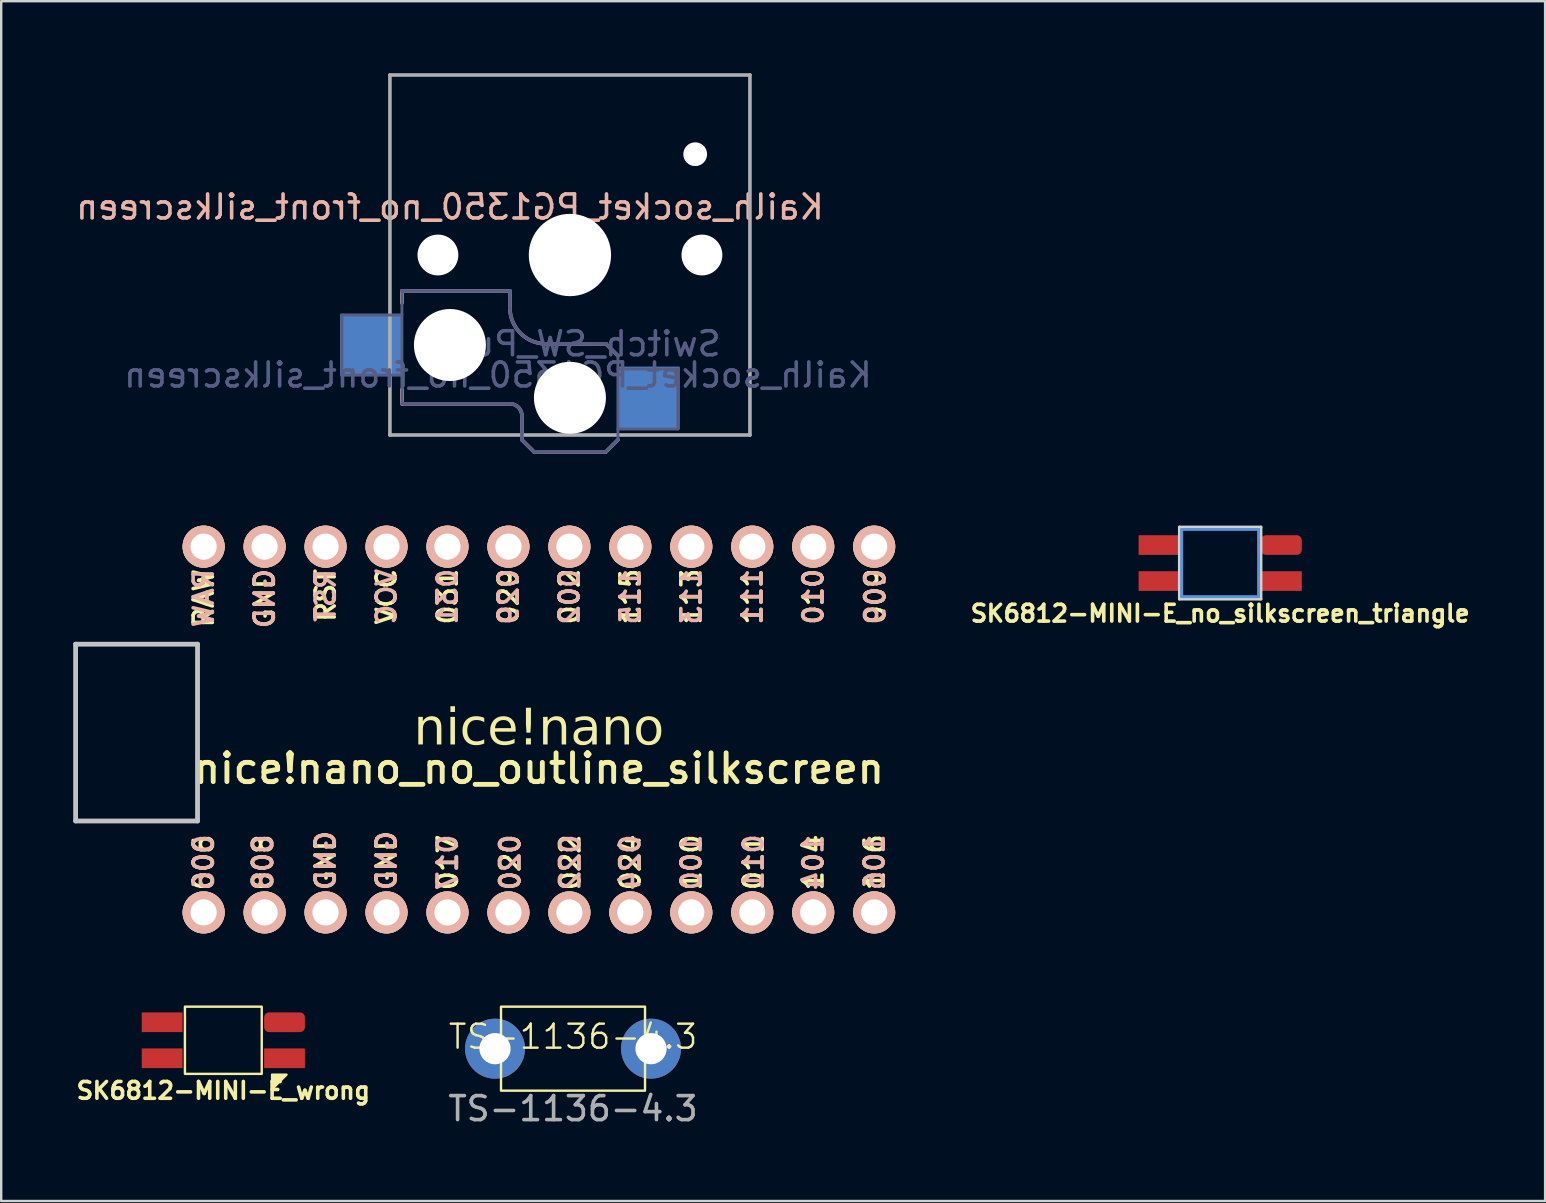
<source format=kicad_pcb>
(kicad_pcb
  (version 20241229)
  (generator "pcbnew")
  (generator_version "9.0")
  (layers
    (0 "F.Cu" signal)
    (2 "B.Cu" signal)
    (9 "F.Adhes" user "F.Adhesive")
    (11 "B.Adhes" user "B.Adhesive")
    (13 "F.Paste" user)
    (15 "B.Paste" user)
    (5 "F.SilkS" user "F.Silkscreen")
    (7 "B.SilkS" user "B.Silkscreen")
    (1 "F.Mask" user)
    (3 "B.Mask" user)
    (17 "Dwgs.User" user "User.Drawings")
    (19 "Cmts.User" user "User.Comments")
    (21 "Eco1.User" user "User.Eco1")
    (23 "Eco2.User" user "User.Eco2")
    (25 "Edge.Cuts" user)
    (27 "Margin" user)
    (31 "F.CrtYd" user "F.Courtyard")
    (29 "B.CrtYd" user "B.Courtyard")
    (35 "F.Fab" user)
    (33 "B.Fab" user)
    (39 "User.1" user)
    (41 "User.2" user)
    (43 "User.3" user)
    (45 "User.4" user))
  (footprint "SK6812-MINI-E_no_silkscreen_triangle"
    (layer "F.Cu")
    (at 47.789 20.41)
    (property "Reference" "SK6812-MINI-E_no_silkscreen_triangle" (at 0 2.1 0) (unlocked yes) (layer "F.SilkS") (effects (font (size 0.7 0.7) (thickness 0.15))))
    (attr through_hole)
    (fp_line (start -1.6 -1.4) (end 1.6 -1.4) (stroke (width 0.12) (type solid)) (layer "Cmts.User"))
    (fp_line (start -1.6 1.4) (end -1.6 -1.4) (stroke (width 0.12) (type solid)) (layer "Cmts.User"))
    (fp_line (start 1.6 -1.4) (end 1.6 1.4) (stroke (width 0.12) (type solid)) (layer "Cmts.User"))
    (fp_line (start 1.6 1.4) (end -1.6 1.4) (stroke (width 0.12) (type solid)) (layer "Cmts.User"))
    (fp_line (start -1.7 -1.5) (end 1.7 -1.5) (stroke (width 0.12) (type solid)) (layer "Edge.Cuts"))
    (fp_line (start -1.7 1.5) (end -1.7 -1.5) (stroke (width 0.12) (type solid)) (layer "Edge.Cuts"))
    (fp_line (start 1.7 -1.5) (end 1.7 1.5) (stroke (width 0.12) (type solid)) (layer "Edge.Cuts"))
    (fp_line (start 1.7 1.5) (end -1.7 1.5) (stroke (width 0.12) (type solid)) (layer "Edge.Cuts"))
    (pad "1" smd rect (at -2.55 0.75) (size 1.7 0.82) (layers "F.Cu" "F.Mask" "F.Paste"))
    (pad "2" smd rect (at -2.55 -0.75) (size 1.7 0.82) (layers "F.Cu" "F.Mask" "F.Paste"))
    (pad "3" smd roundrect (at 2.55 -0.75) (size 1.7 0.82) (layers "F.Cu" "F.Mask" "F.Paste") (roundrect_rratio 0.25))
    (pad "4" smd rect (at 2.55 0.75) (size 1.7 0.82) (layers "F.Cu" "F.Mask" "F.Paste")))
  (footprint "SK6812-MINI-E_wrong"
    (layer "F.Cu")
    (at 6.255 40.293)
    (property "Reference" "SK6812-MINI-E_wrong" (at 0 2.1 0) (unlocked yes) (layer "F.SilkS") (effects (font (size 0.7 0.7) (thickness 0.15))))
    (attr through_hole)
    (fp_rect (start -1.6 -1.4) (end 1.6 1.4) (stroke (width 0.1) (type default)) (fill no) (layer "F.SilkS"))
    (fp_poly (pts (xy 2.032 2.032) (xy 2.032 1.432) (xy 2.632 1.432)) (stroke (width 0.1) (type solid)) (fill yes) (layer "F.SilkS"))
    (pad "1" smd rect (at -2.55 -0.75) (size 1.7 0.82) (layers "F.Cu" "F.Mask" "F.Paste"))
    (pad "2" smd rect (at -2.55 0.75) (size 1.7 0.82) (layers "F.Cu" "F.Mask" "F.Paste"))
    (pad "3" smd rect (at 2.55 0.75) (size 1.7 0.82) (layers "F.Cu" "F.Mask" "F.Paste"))
    (pad "4" smd roundrect (at 2.55 -0.75) (size 1.7 0.82) (layers "F.Cu" "F.Mask" "F.Paste") (roundrect_rratio 0.25)))
  (footprint "TS-1136-4.3"
    (layer "F.Cu")
    (at 20.825 40.643)
    (property "Reference" "TS-1136-4.3" (at 0 -0.5 0) (unlocked yes) (layer "F.SilkS") (effects (font (size 1 1) (thickness 0.1))))
    (attr through_hole)
    (fp_rect (start -3 -1.75) (end 3 1.75) (stroke (width 0.1) (type default)) (fill no) (layer "F.SilkS"))
    (fp_text user "${REFERENCE}" (at 0 2.5 0) (unlocked yes) (layer "F.Fab") (effects (font (size 1 1) (thickness 0.15))))
    (pad "1" thru_hole circle (at 3.25 0) (size 2.5 2.5) (drill 1.3) (layers "*.Cu" "*.Mask"))
    (pad "2" thru_hole circle (at -3.25 0) (size 2.5 2.5) (drill 1.3) (layers "*.Cu" "*.Mask")))
  (footprint "Kailh_socket_PG1350_no_front_silkscreen"
    (layer "F.Cu")
    (at 20.696 7.575)
    (property "Reference" "Kailh_socket_PG1350_no_front_silkscreen" (at -5 -2 180) (layer "B.SilkS") (effects (font (size 1 1) (thickness 0.15)) (justify mirror)))
    (property "Value" "Switch_SW_Push" (at 0.313 3.274 180) (layer "F.Fab") (hide yes) (effects (font (size 1 1) (thickness 0.15))))
    (attr smd)
    (fp_line (start -7 1.5) (end -7 2) (stroke (width 0.15) (type solid)) (layer "B.SilkS"))
    (fp_line (start -7 5.6) (end -7 6.2) (stroke (width 0.15) (type solid)) (layer "B.SilkS"))
    (fp_line (start -7 6.2) (end -2.5 6.2) (stroke (width 0.15) (type solid)) (layer "B.SilkS"))
    (fp_line (start -2.5 1.5) (end -7 1.5) (stroke (width 0.15) (type solid)) (layer "B.SilkS"))
    (fp_line (start -2.5 2.2) (end -2.5 1.5) (stroke (width 0.15) (type solid)) (layer "B.SilkS"))
    (fp_line (start -2 6.7) (end -2 7.7) (stroke (width 0.15) (type solid)) (layer "B.SilkS"))
    (fp_line (start -1.5 8.2) (end -2 7.7) (stroke (width 0.15) (type solid)) (layer "B.SilkS"))
    (fp_line (start 1.5 3.7) (end -1 3.7) (stroke (width 0.15) (type solid)) (layer "B.SilkS"))
    (fp_line (start 1.5 8.2) (end -1.5 8.2) (stroke (width 0.15) (type solid)) (layer "B.SilkS"))
    (fp_line (start 2 4.2) (end 1.5 3.7) (stroke (width 0.15) (type solid)) (layer "B.SilkS"))
    (fp_line (start 2 7.7) (end 1.5 8.2) (stroke (width 0.15) (type solid)) (layer "B.SilkS"))
    (fp_arc (start -2.5 6.2) (mid -2.146447 6.346447) (end -2 6.7) (stroke (width 0.15) (type solid)) (layer "B.SilkS"))
    (fp_arc (start -1 3.7) (mid -2.06066 3.260659) (end -2.5 2.2) (stroke (width 0.15) (type solid)) (layer "B.SilkS"))
    (fp_line (start -6.9 6.9) (end -6.9 -6.9) (stroke (width 0.15) (type solid)) (layer "Eco2.User"))
    (fp_line (start -6.9 6.9) (end 6.9 6.9) (stroke (width 0.15) (type solid)) (layer "Eco2.User"))
    (fp_line (start -2.6 -3.1) (end -2.6 -6.3) (stroke (width 0.15) (type solid)) (layer "Eco2.User"))
    (fp_line (start -2.6 -3.1) (end 2.6 -3.1) (stroke (width 0.15) (type solid)) (layer "Eco2.User"))
    (fp_line (start 2.6 -6.3) (end -2.6 -6.3) (stroke (width 0.15) (type solid)) (layer "Eco2.User"))
    (fp_line (start 2.6 -3.1) (end 2.6 -6.3) (stroke (width 0.15) (type solid)) (layer "Eco2.User"))
    (fp_line (start 6.9 -6.9) (end -6.9 -6.9) (stroke (width 0.15) (type solid)) (layer "Eco2.User"))
    (fp_line (start 6.9 -6.9) (end 6.9 6.9) (stroke (width 0.15) (type solid)) (layer "Eco2.User"))
    (fp_line (start -9.5 2.5) (end -7 2.5) (stroke (width 0.12) (type solid)) (layer "B.Fab"))
    (fp_line (start -9.5 5) (end -9.5 2.5) (stroke (width 0.12) (type solid)) (layer "B.Fab"))
    (fp_line (start -7 1.5) (end -7 6.2) (stroke (width 0.12) (type solid)) (layer "B.Fab"))
    (fp_line (start -7 5) (end -9.5 5) (stroke (width 0.12) (type solid)) (layer "B.Fab"))
    (fp_line (start -7 6.2) (end -2.5 6.2) (stroke (width 0.15) (type solid)) (layer "B.Fab"))
    (fp_line (start -2.5 1.5) (end -7 1.5) (stroke (width 0.15) (type solid)) (layer "B.Fab"))
    (fp_line (start -2.5 2.2) (end -2.5 1.5) (stroke (width 0.15) (type solid)) (layer "B.Fab"))
    (fp_line (start -2 6.7) (end -2 7.7) (stroke (width 0.15) (type solid)) (layer "B.Fab"))
    (fp_line (start -1.5 8.2) (end -2 7.7) (stroke (width 0.15) (type solid)) (layer "B.Fab"))
    (fp_line (start 1.5 3.7) (end -1 3.7) (stroke (width 0.15) (type solid)) (layer "B.Fab"))
    (fp_line (start 1.5 8.2) (end -1.5 8.2) (stroke (width 0.15) (type solid)) (layer "B.Fab"))
    (fp_line (start 2 4.2) (end 1.5 3.7) (stroke (width 0.15) (type solid)) (layer "B.Fab"))
    (fp_line (start 2 4.25) (end 2 7.7) (stroke (width 0.12) (type solid)) (layer "B.Fab"))
    (fp_line (start 2 4.75) (end 4.5 4.75) (stroke (width 0.12) (type solid)) (layer "B.Fab"))
    (fp_line (start 2 7.7) (end 1.5 8.2) (stroke (width 0.15) (type solid)) (layer "B.Fab"))
    (fp_line (start 4.5 4.75) (end 4.5 7.25) (stroke (width 0.12) (type solid)) (layer "B.Fab"))
    (fp_line (start 4.5 7.25) (end 2 7.25) (stroke (width 0.12) (type solid)) (layer "B.Fab"))
    (fp_arc (start -2.5 6.2) (mid -2.146447 6.346447) (end -2 6.7) (stroke (width 0.15) (type solid)) (layer "B.Fab"))
    (fp_arc (start -1 3.7) (mid -2.06066 3.260659) (end -2.5 2.2) (stroke (width 0.15) (type solid)) (layer "B.Fab"))
    (fp_line (start -7.5 -7.5) (end 7.5 -7.5) (stroke (width 0.15) (type solid)) (layer "F.Fab"))
    (fp_line (start -7.5 7.5) (end -7.5 -7.5) (stroke (width 0.15) (type solid)) (layer "F.Fab"))
    (fp_line (start 7.5 -7.5) (end 7.5 7.5) (stroke (width 0.15) (type solid)) (layer "F.Fab"))
    (fp_line (start 7.5 7.5) (end -7.5 7.5) (stroke (width 0.15) (type solid)) (layer "F.Fab"))
    (fp_text user "${VALUE}" (at 0.25 3.7 180) (layer "B.Fab") (effects (font (size 1 1) (thickness 0.15)) (justify mirror)))
    (fp_text user "${REFERENCE}" (at -3 5 180) (layer "B.Fab") (effects (font (size 1 1) (thickness 0.15)) (justify mirror)))
    (pad "" np_thru_hole circle (at -5.5 0) (size 1.702 1.702) (drill 1.702) (layers "*.Cu" "*.Mask"))
    (pad "" np_thru_hole circle (at -5 3.75) (size 3 3) (drill 3) (layers "*.Cu" "*.Mask"))
    (pad "" np_thru_hole circle (at 0 0) (size 3.429 3.429) (drill 3.429) (layers "*.Cu" "*.Mask"))
    (pad "" np_thru_hole circle (at 0 5.95) (size 3 3) (drill 3) (layers "*.Cu" "*.Mask"))
    (pad "" np_thru_hole circle (at 5.22 -4.2) (size 0.991 0.991) (drill 0.991) (layers "*.Cu" "*.Mask"))
    (pad "" np_thru_hole circle (at 5.5 0) (size 1.702 1.702) (drill 1.702) (layers "*.Cu" "*.Mask"))
    (pad "1" smd rect (at 3.275 5.95) (size 2.6 2.6) (layers "B.Cu" "B.Mask" "B.Paste"))
    (pad "2" smd rect (at -8.275 3.75) (size 2.6 2.6) (layers "B.Cu" "B.Mask" "B.Paste")))
  (footprint "nice!nano_no_outline_silkscreen"
    (layer "F.Cu")
    (at 19.404 27.346)
    (property "Reference" "nice!nano_no_outline_silkscreen" (at 0 1.625 180) (layer "F.SilkS") (effects (font (size 1.2 1.2) (thickness 0.203))))
    (attr through_hole)
    (fp_line (start -19.304 -3.556) (end -14.224 -3.556) (stroke (width 0.2) (type solid)) (layer "Dwgs.User"))
    (fp_line (start -19.304 3.81) (end -19.304 -3.556) (stroke (width 0.2) (type solid)) (layer "Dwgs.User"))
    (fp_line (start -14.224 -3.556) (end -14.224 3.81) (stroke (width 0.2) (type solid)) (layer "Dwgs.User"))
    (fp_line (start -14.224 3.81) (end -19.304 3.81) (stroke (width 0.2) (type solid)) (layer "Dwgs.User"))
    (fp_text user "009" (at 14.01 -5.54 90) (layer "F.SilkS") (effects (font (size 0.8 0.8) (thickness 0.15))))
    (fp_text user "020" (at -1.2 5.537 90) (layer "F.SilkS") (effects (font (size 0.8 0.8) (thickness 0.15))))
    (fp_text user "GND" (at -6.35 5.461 90) (layer "F.SilkS") (effects (font (size 0.8 0.8) (thickness 0.15))))
    (fp_text user "113" (at 6.35 -5.537 90) (layer "F.SilkS") (effects (font (size 0.8 0.8) (thickness 0.15))))
    (fp_text user "022" (at 1.3 5.537 90) (layer "F.SilkS") (effects (font (size 0.8 0.8) (thickness 0.15))))
    (fp_text user "RAW" (at -13.97 -5.474 90) (layer "F.SilkS") (effects (font (size 0.8 0.8) (thickness 0.15))))
    (fp_text user "RST" (at -8.89 -5.588 90) (layer "F.SilkS") (effects (font (size 0.8 0.8) (thickness 0.15))))
    (fp_text user "115" (at 3.81 -5.537 90) (layer "F.SilkS") (effects (font (size 0.8 0.8) (thickness 0.15))))
    (fp_text user "024" (at 3.81 5.537 90) (layer "F.SilkS") (effects (font (size 0.8 0.8) (thickness 0.15))))
    (fp_text user "106" (at 13.98 5.53 90) (layer "F.SilkS") (effects (font (size 0.8 0.8) (thickness 0.15))))
    (fp_text user "111" (at 8.89 -5.537 90) (layer "F.SilkS") (effects (font (size 0.8 0.8) (thickness 0.15))))
    (fp_text user "002" (at 1.27 -5.537 90) (layer "F.SilkS") (effects (font (size 0.8 0.8) (thickness 0.15))))
    (fp_text user "017" (at -3.8 5.537 90) (layer "F.SilkS") (effects (font (size 0.8 0.8) (thickness 0.15))))
    (fp_text user "031" (at -3.81 -5.537 90) (layer "F.SilkS") (effects (font (size 0.8 0.8) (thickness 0.15))))
    (fp_text user "GND" (at -11.43 -5.455 90) (layer "F.SilkS") (effects (font (size 0.8 0.8) (thickness 0.15))))
    (fp_text user "011" (at 8.94 5.53 90) (layer "F.SilkS") (effects (font (size 0.8 0.8) (thickness 0.15))))
    (fp_text user "010" (at 11.43 -5.537 90) (layer "F.SilkS") (effects (font (size 0.8 0.8) (thickness 0.15))))
    (fp_text user "100" (at 6.35 5.537 90) (layer "F.SilkS") (effects (font (size 0.8 0.8) (thickness 0.15))))
    (fp_text user "VCC" (at -6.35 -5.537 90) (layer "F.SilkS") (effects (font (size 0.8 0.8) (thickness 0.15))))
    (fp_text user "104" (at 11.43 5.537 90) (layer "F.SilkS") (effects (font (size 0.8 0.8) (thickness 0.15))))
    (fp_text user "008" (at -11.5 5.537 90) (layer "F.SilkS") (effects (font (size 0.8 0.8) (thickness 0.15))))
    (fp_text user "GND" (at -8.89 5.461 90) (layer "F.SilkS") (effects (font (size 0.8 0.8) (thickness 0.15))))
    (fp_text user "006" (at -13.97 5.537 90) (layer "F.SilkS") (effects (font (size 0.8 0.8) (thickness 0.15))))
    (fp_text user "029" (at -1.27 -5.537 90) (layer "F.SilkS") (effects (font (size 0.8 0.8) (thickness 0.15))))
    (fp_text user "nice!nano" (at 0 0 180) (layer "F.SilkS") (effects (font (face "Tahoma") (size 1.5 1.5) (thickness 0.3))))
    (fp_text user "104" (at 11.43 5.537 90) (layer "B.SilkS") (effects (font (size 0.8 0.8) (thickness 0.15)) (justify mirror)))
    (fp_text user "002" (at 1.27 -5.537 90) (layer "B.SilkS") (effects (font (size 0.8 0.8) (thickness 0.15)) (justify mirror)))
    (fp_text user "024" (at 3.8 5.537 90) (layer "B.SilkS") (effects (font (size 0.8 0.8) (thickness 0.15)) (justify mirror)))
    (fp_text user "GND" (at -6.35 5.461 90) (layer "B.SilkS") (effects (font (size 0.8 0.8) (thickness 0.15)) (justify mirror)))
    (fp_text user "009" (at 14.01 -5.54 90) (layer "B.SilkS") (effects (font (size 0.8 0.8) (thickness 0.15)) (justify mirror)))
    (fp_text user "GND" (at -11.43 -5.455 90) (layer "B.SilkS") (effects (font (size 0.8 0.8) (thickness 0.15)) (justify mirror)))
    (fp_text user "008" (at -11.5 5.537 90) (layer "B.SilkS") (effects (font (size 0.8 0.8) (thickness 0.15)) (justify mirror)))
    (fp_text user "020" (at -1.2 5.537 90) (layer "B.SilkS") (effects (font (size 0.8 0.8) (thickness 0.15)) (justify mirror)))
    (fp_text user "006" (at -13.97 5.537 90) (layer "B.SilkS") (effects (font (size 0.8 0.8) (thickness 0.15)) (justify mirror)))
    (fp_text user "106" (at 13.98 5.53 90) (layer "B.SilkS") (effects (font (size 0.8 0.8) (thickness 0.15)) (justify mirror)))
    (fp_text user "011" (at 8.94 5.53 90) (layer "B.SilkS") (effects (font (size 0.8 0.8) (thickness 0.15)) (justify mirror)))
    (fp_text user "010" (at 11.43 -5.537 90) (layer "B.SilkS") (effects (font (size 0.8 0.8) (thickness 0.15)) (justify mirror)))
    (fp_text user "RAW" (at -13.97 -5.474 90) (layer "B.SilkS") (effects (font (size 0.8 0.8) (thickness 0.15)) (justify mirror)))
    (fp_text user "GND" (at -8.89 5.461 90) (layer "B.SilkS") (effects (font (size 0.8 0.8) (thickness 0.15)) (justify mirror)))
    (fp_text user "029" (at -1.27 -5.537 90) (layer "B.SilkS") (effects (font (size 0.8 0.8) (thickness 0.15)) (justify mirror)))
    (fp_text user "022" (at 1.3 5.537 90) (layer "B.SilkS") (effects (font (size 0.8 0.8) (thickness 0.15)) (justify mirror)))
    (fp_text user "031" (at -3.81 -5.537 90) (layer "B.SilkS") (effects (font (size 0.8 0.8) (thickness 0.15)) (justify mirror)))
    (fp_text user "RST" (at -8.89 -5.588 90) (layer "B.SilkS") (effects (font (size 0.8 0.8) (thickness 0.15)) (justify mirror)))
    (fp_text user "113" (at 6.35 -5.537 90) (layer "B.SilkS") (effects (font (size 0.8 0.8) (thickness 0.15)) (justify mirror)))
    (fp_text user "115" (at 3.81 -5.537 90) (layer "B.SilkS") (effects (font (size 0.8 0.8) (thickness 0.15)) (justify mirror)))
    (fp_text user "VCC" (at -6.35 -5.537 90) (layer "B.SilkS") (effects (font (size 0.8 0.8) (thickness 0.15)) (justify mirror)))
    (fp_text user "100" (at 6.35 5.537 90) (layer "B.SilkS") (effects (font (size 0.8 0.8) (thickness 0.15)) (justify mirror)))
    (fp_text user "111" (at 8.89 -5.537 90) (layer "B.SilkS") (effects (font (size 0.8 0.8) (thickness 0.15)) (justify mirror)))
    (fp_text user "017" (at -3.81 5.537 90) (layer "B.SilkS") (effects (font (size 0.8 0.8) (thickness 0.15)) (justify mirror)))
    (pad "1" thru_hole circle (at -13.97 7.62) (size 1.753 1.753) (drill 1.092) (layers "*.Cu" "*.SilkS" "*.Mask"))
    (pad "2" thru_hole circle (at -11.43 7.62) (size 1.753 1.753) (drill 1.092) (layers "*.Cu" "*.SilkS" "*.Mask"))
    (pad "3" thru_hole circle (at -8.89 7.62) (size 1.753 1.753) (drill 1.092) (layers "*.Cu" "*.SilkS" "*.Mask"))
    (pad "4" thru_hole circle (at -6.35 7.62) (size 1.753 1.753) (drill 1.092) (layers "*.Cu" "*.SilkS" "*.Mask"))
    (pad "5" thru_hole circle (at -3.81 7.62) (size 1.753 1.753) (drill 1.092) (layers "*.Cu" "*.SilkS" "*.Mask"))
    (pad "6" thru_hole circle (at -1.27 7.62) (size 1.753 1.753) (drill 1.092) (layers "*.Cu" "*.SilkS" "*.Mask"))
    (pad "7" thru_hole circle (at 1.27 7.62) (size 1.753 1.753) (drill 1.092) (layers "*.Cu" "*.SilkS" "*.Mask"))
    (pad "8" thru_hole circle (at 3.81 7.62) (size 1.753 1.753) (drill 1.092) (layers "*.Cu" "*.SilkS" "*.Mask"))
    (pad "9" thru_hole circle (at 6.35 7.62) (size 1.753 1.753) (drill 1.092) (layers "*.Cu" "*.SilkS" "*.Mask"))
    (pad "10" thru_hole circle (at 8.89 7.62) (size 1.753 1.753) (drill 1.092) (layers "*.Cu" "*.SilkS" "*.Mask"))
    (pad "11" thru_hole circle (at 11.43 7.62) (size 1.753 1.753) (drill 1.092) (layers "*.Cu" "*.SilkS" "*.Mask"))
    (pad "12" thru_hole circle (at 13.97 7.62) (size 1.753 1.753) (drill 1.092) (layers "*.Cu" "*.SilkS" "*.Mask"))
    (pad "13" thru_hole circle (at 13.97 -7.62) (size 1.753 1.753) (drill 1.092) (layers "*.Cu" "*.SilkS" "*.Mask"))
    (pad "14" thru_hole circle (at 11.43 -7.62) (size 1.753 1.753) (drill 1.092) (layers "*.Cu" "*.SilkS" "*.Mask"))
    (pad "15" thru_hole circle (at 8.89 -7.62) (size 1.753 1.753) (drill 1.092) (layers "*.Cu" "*.SilkS" "*.Mask"))
    (pad "16" thru_hole circle (at 6.35 -7.62) (size 1.753 1.753) (drill 1.092) (layers "*.Cu" "*.SilkS" "*.Mask"))
    (pad "17" thru_hole circle (at 3.81 -7.62) (size 1.753 1.753) (drill 1.092) (layers "*.Cu" "*.SilkS" "*.Mask"))
    (pad "18" thru_hole circle (at 1.27 -7.62) (size 1.753 1.753) (drill 1.092) (layers "*.Cu" "*.SilkS" "*.Mask"))
    (pad "19" thru_hole circle (at -1.27 -7.62) (size 1.753 1.753) (drill 1.092) (layers "*.Cu" "*.SilkS" "*.Mask"))
    (pad "20" thru_hole circle (at -3.81 -7.62) (size 1.753 1.753) (drill 1.092) (layers "*.Cu" "*.SilkS" "*.Mask"))
    (pad "21" thru_hole circle (at -6.35 -7.62) (size 1.753 1.753) (drill 1.092) (layers "*.Cu" "*.SilkS" "*.Mask"))
    (pad "22" thru_hole circle (at -8.89 -7.62) (size 1.753 1.753) (drill 1.092) (layers "*.Cu" "*.SilkS" "*.Mask"))
    (pad "23" thru_hole circle (at -11.43 -7.62) (size 1.753 1.753) (drill 1.092) (layers "*.Cu" "*.SilkS" "*.Mask"))
    (pad "24" thru_hole circle (at -13.97 -7.62) (size 1.753 1.753) (drill 1.092) (layers "*.Cu" "*.SilkS" "*.Mask")))
  (gr_rect
    (start -3 -3)
    (end 61.327 46.991)
    (stroke (width 0.1) (type default))
    (fill no)
    (layer "Edge.Cuts")))
</source>
